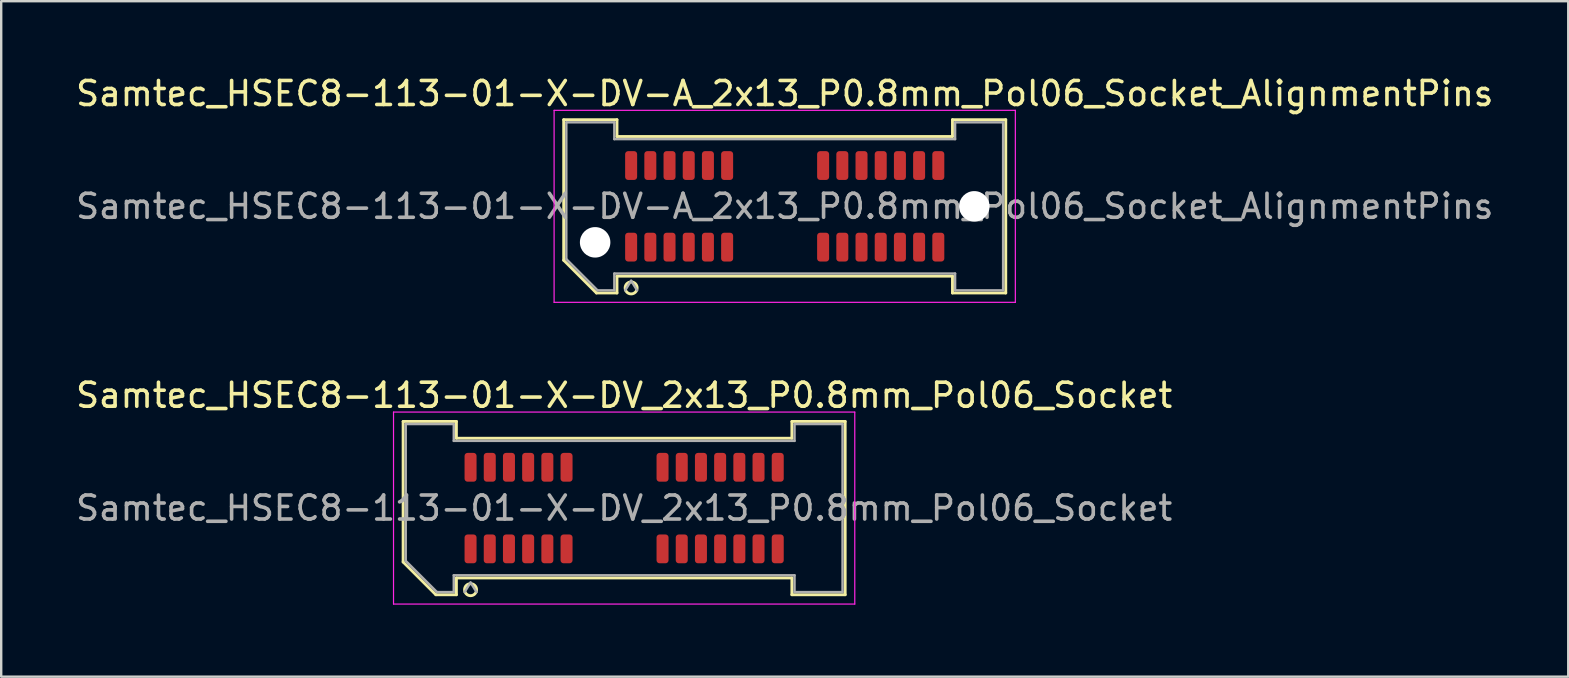
<source format=kicad_pcb>
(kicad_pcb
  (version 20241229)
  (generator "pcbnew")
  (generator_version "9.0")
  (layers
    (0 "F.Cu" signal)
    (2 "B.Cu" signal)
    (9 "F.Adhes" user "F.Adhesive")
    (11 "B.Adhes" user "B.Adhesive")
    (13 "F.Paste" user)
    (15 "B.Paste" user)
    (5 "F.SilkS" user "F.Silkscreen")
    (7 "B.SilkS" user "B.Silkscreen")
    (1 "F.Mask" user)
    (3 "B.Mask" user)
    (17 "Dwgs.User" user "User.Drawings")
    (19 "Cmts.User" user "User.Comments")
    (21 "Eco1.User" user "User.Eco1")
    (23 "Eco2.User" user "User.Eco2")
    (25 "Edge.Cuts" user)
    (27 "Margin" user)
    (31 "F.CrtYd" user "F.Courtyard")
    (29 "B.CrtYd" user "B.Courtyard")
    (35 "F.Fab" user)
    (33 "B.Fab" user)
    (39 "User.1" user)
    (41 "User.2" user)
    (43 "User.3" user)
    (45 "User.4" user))
  (footprint "Samtec_HSEC8-113-01-X-DV-A_2x13_P0.8mm_Pol06_Socket_AlignmentPins"
    (layer "F.Cu")
    (at 29.649 5.548)
    (property "Reference" "Samtec_HSEC8-113-01-X-DV-A_2x13_P0.8mm_Pol06_Socket_AlignmentPins" (at 0 -4.7 0) (layer "F.SilkS") (effects (font (size 1 1) (thickness 0.15))))
    (attr smd)
    (fp_line (start -9.21 -3.61) (end -6.99 -3.61) (stroke (width 0.12) (type solid)) (layer "F.SilkS"))
    (fp_line (start -9.21 2.246) (end -9.21 -3.61) (stroke (width 0.12) (type solid)) (layer "F.SilkS"))
    (fp_line (start -7.846 3.61) (end -9.21 2.246) (stroke (width 0.12) (type solid)) (layer "F.SilkS"))
    (fp_line (start -6.99 -3.61) (end -6.99 -2.91) (stroke (width 0.12) (type solid)) (layer "F.SilkS"))
    (fp_line (start -6.99 -2.91) (end 6.99 -2.91) (stroke (width 0.12) (type solid)) (layer "F.SilkS"))
    (fp_line (start -6.99 2.91) (end -6.99 3.61) (stroke (width 0.12) (type solid)) (layer "F.SilkS"))
    (fp_line (start -6.99 3.61) (end -7.846 3.61) (stroke (width 0.12) (type solid)) (layer "F.SilkS"))
    (fp_line (start 6.99 -3.61) (end 9.21 -3.61) (stroke (width 0.12) (type solid)) (layer "F.SilkS"))
    (fp_line (start 6.99 -2.91) (end 6.99 -3.61) (stroke (width 0.12) (type solid)) (layer "F.SilkS"))
    (fp_line (start 6.99 2.91) (end -6.99 2.91) (stroke (width 0.12) (type solid)) (layer "F.SilkS"))
    (fp_line (start 6.99 3.61) (end 6.99 2.91) (stroke (width 0.12) (type solid)) (layer "F.SilkS"))
    (fp_line (start 9.21 -3.61) (end 9.21 3.61) (stroke (width 0.12) (type solid)) (layer "F.SilkS"))
    (fp_line (start 9.21 3.61) (end 6.99 3.61) (stroke (width 0.12) (type solid)) (layer "F.SilkS"))
    (fp_arc (start -6.15 3.4) (mid -6.65 3.4) (end -6.15 3.4) (stroke (width 0.12) (type solid)) (layer "F.SilkS"))
    (fp_line (start -9.61 -4) (end -9.61 4) (stroke (width 0.05) (type solid)) (layer "F.CrtYd"))
    (fp_line (start -9.61 4) (end 9.61 4) (stroke (width 0.05) (type solid)) (layer "F.CrtYd"))
    (fp_line (start 9.61 -4) (end -9.61 -4) (stroke (width 0.05) (type solid)) (layer "F.CrtYd"))
    (fp_line (start 9.61 4) (end 9.61 -4) (stroke (width 0.05) (type solid)) (layer "F.CrtYd"))
    (fp_line (start -9.1 -3.5) (end -7.1 -3.5) (stroke (width 0.1) (type solid)) (layer "F.Fab"))
    (fp_line (start -9.1 2.2) (end -9.1 -3.5) (stroke (width 0.1) (type solid)) (layer "F.Fab"))
    (fp_line (start -7.8 3.5) (end -9.1 2.2) (stroke (width 0.1) (type solid)) (layer "F.Fab"))
    (fp_line (start -7.1 -3.5) (end -7.1 -2.8) (stroke (width 0.1) (type solid)) (layer "F.Fab"))
    (fp_line (start -7.1 -2.8) (end 7.1 -2.8) (stroke (width 0.1) (type solid)) (layer "F.Fab"))
    (fp_line (start -7.1 2.8) (end -7.1 3.5) (stroke (width 0.1) (type solid)) (layer "F.Fab"))
    (fp_line (start -7.1 3.5) (end -7.8 3.5) (stroke (width 0.1) (type solid)) (layer "F.Fab"))
    (fp_line (start -6.4 3.1) (end -6.65 3.5) (stroke (width 0.1) (type solid)) (layer "F.Fab"))
    (fp_line (start -6.4 3.1) (end -6.15 3.5) (stroke (width 0.1) (type solid)) (layer "F.Fab"))
    (fp_line (start 7.1 -3.5) (end 9.1 -3.5) (stroke (width 0.1) (type solid)) (layer "F.Fab"))
    (fp_line (start 7.1 -2.8) (end 7.1 -3.5) (stroke (width 0.1) (type solid)) (layer "F.Fab"))
    (fp_line (start 7.1 2.8) (end -7.1 2.8) (stroke (width 0.1) (type solid)) (layer "F.Fab"))
    (fp_line (start 7.1 3.5) (end 7.1 2.8) (stroke (width 0.1) (type solid)) (layer "F.Fab"))
    (fp_line (start 9.1 -3.5) (end 9.1 3.5) (stroke (width 0.1) (type solid)) (layer "F.Fab"))
    (fp_line (start 9.1 3.5) (end 7.1 3.5) (stroke (width 0.1) (type solid)) (layer "F.Fab"))
    (fp_text user "${REFERENCE}" (at 0 0 0) (layer "F.Fab") (effects (font (size 1 1) (thickness 0.15))))
    (pad "" np_thru_hole circle (at -7.9 1.5) (size 1.27 1.27) (drill 1.27) (layers "*.Cu" "*.Mask"))
    (pad "" np_thru_hole circle (at 7.9 0) (size 1.27 1.27) (drill 1.27) (layers "*.Cu" "*.Mask"))
    (pad "1" smd roundrect (at -6.4 1.7) (size 0.5 1.2) (layers "F.Cu" "F.Mask" "F.Paste") (roundrect_rratio 0.25))
    (pad "2" smd roundrect (at -6.4 -1.7) (size 0.5 1.2) (layers "F.Cu" "F.Mask" "F.Paste") (roundrect_rratio 0.25))
    (pad "3" smd roundrect (at -5.6 1.7) (size 0.5 1.2) (layers "F.Cu" "F.Mask" "F.Paste") (roundrect_rratio 0.25))
    (pad "4" smd roundrect (at -5.6 -1.7) (size 0.5 1.2) (layers "F.Cu" "F.Mask" "F.Paste") (roundrect_rratio 0.25))
    (pad "5" smd roundrect (at -4.8 1.7) (size 0.5 1.2) (layers "F.Cu" "F.Mask" "F.Paste") (roundrect_rratio 0.25))
    (pad "6" smd roundrect (at -4.8 -1.7) (size 0.5 1.2) (layers "F.Cu" "F.Mask" "F.Paste") (roundrect_rratio 0.25))
    (pad "7" smd roundrect (at -4 1.7) (size 0.5 1.2) (layers "F.Cu" "F.Mask" "F.Paste") (roundrect_rratio 0.25))
    (pad "8" smd roundrect (at -4 -1.7) (size 0.5 1.2) (layers "F.Cu" "F.Mask" "F.Paste") (roundrect_rratio 0.25))
    (pad "9" smd roundrect (at -3.2 1.7) (size 0.5 1.2) (layers "F.Cu" "F.Mask" "F.Paste") (roundrect_rratio 0.25))
    (pad "10" smd roundrect (at -3.2 -1.7) (size 0.5 1.2) (layers "F.Cu" "F.Mask" "F.Paste") (roundrect_rratio 0.25))
    (pad "11" smd roundrect (at -2.4 1.7) (size 0.5 1.2) (layers "F.Cu" "F.Mask" "F.Paste") (roundrect_rratio 0.25))
    (pad "12" smd roundrect (at -2.4 -1.7) (size 0.5 1.2) (layers "F.Cu" "F.Mask" "F.Paste") (roundrect_rratio 0.25))
    (pad "13" smd roundrect (at 1.6 1.7) (size 0.5 1.2) (layers "F.Cu" "F.Mask" "F.Paste") (roundrect_rratio 0.25))
    (pad "14" smd roundrect (at 1.6 -1.7) (size 0.5 1.2) (layers "F.Cu" "F.Mask" "F.Paste") (roundrect_rratio 0.25))
    (pad "15" smd roundrect (at 2.4 1.7) (size 0.5 1.2) (layers "F.Cu" "F.Mask" "F.Paste") (roundrect_rratio 0.25))
    (pad "16" smd roundrect (at 2.4 -1.7) (size 0.5 1.2) (layers "F.Cu" "F.Mask" "F.Paste") (roundrect_rratio 0.25))
    (pad "17" smd roundrect (at 3.2 1.7) (size 0.5 1.2) (layers "F.Cu" "F.Mask" "F.Paste") (roundrect_rratio 0.25))
    (pad "18" smd roundrect (at 3.2 -1.7) (size 0.5 1.2) (layers "F.Cu" "F.Mask" "F.Paste") (roundrect_rratio 0.25))
    (pad "19" smd roundrect (at 4 1.7) (size 0.5 1.2) (layers "F.Cu" "F.Mask" "F.Paste") (roundrect_rratio 0.25))
    (pad "20" smd roundrect (at 4 -1.7) (size 0.5 1.2) (layers "F.Cu" "F.Mask" "F.Paste") (roundrect_rratio 0.25))
    (pad "21" smd roundrect (at 4.8 1.7) (size 0.5 1.2) (layers "F.Cu" "F.Mask" "F.Paste") (roundrect_rratio 0.25))
    (pad "22" smd roundrect (at 4.8 -1.7) (size 0.5 1.2) (layers "F.Cu" "F.Mask" "F.Paste") (roundrect_rratio 0.25))
    (pad "23" smd roundrect (at 5.6 1.7) (size 0.5 1.2) (layers "F.Cu" "F.Mask" "F.Paste") (roundrect_rratio 0.25))
    (pad "24" smd roundrect (at 5.6 -1.7) (size 0.5 1.2) (layers "F.Cu" "F.Mask" "F.Paste") (roundrect_rratio 0.25))
    (pad "25" smd roundrect (at 6.4 1.7) (size 0.5 1.2) (layers "F.Cu" "F.Mask" "F.Paste") (roundrect_rratio 0.25))
    (pad "26" smd roundrect (at 6.4 -1.7) (size 0.5 1.2) (layers "F.Cu" "F.Mask" "F.Paste") (roundrect_rratio 0.25)))
  (footprint "Samtec_HSEC8-113-01-X-DV_2x13_P0.8mm_Pol06_Socket"
    (layer "F.Cu")
    (at 22.958 18.122)
    (property "Reference" "Samtec_HSEC8-113-01-X-DV_2x13_P0.8mm_Pol06_Socket" (at 0 -4.7 0) (layer "F.SilkS") (effects (font (size 1 1) (thickness 0.15))))
    (attr smd)
    (fp_line (start -9.21 -3.61) (end -6.99 -3.61) (stroke (width 0.12) (type solid)) (layer "F.SilkS"))
    (fp_line (start -9.21 2.246) (end -9.21 -3.61) (stroke (width 0.12) (type solid)) (layer "F.SilkS"))
    (fp_line (start -7.846 3.61) (end -9.21 2.246) (stroke (width 0.12) (type solid)) (layer "F.SilkS"))
    (fp_line (start -6.99 -3.61) (end -6.99 -2.91) (stroke (width 0.12) (type solid)) (layer "F.SilkS"))
    (fp_line (start -6.99 -2.91) (end 6.99 -2.91) (stroke (width 0.12) (type solid)) (layer "F.SilkS"))
    (fp_line (start -6.99 2.91) (end -6.99 3.61) (stroke (width 0.12) (type solid)) (layer "F.SilkS"))
    (fp_line (start -6.99 3.61) (end -7.846 3.61) (stroke (width 0.12) (type solid)) (layer "F.SilkS"))
    (fp_line (start 6.99 -3.61) (end 9.21 -3.61) (stroke (width 0.12) (type solid)) (layer "F.SilkS"))
    (fp_line (start 6.99 -2.91) (end 6.99 -3.61) (stroke (width 0.12) (type solid)) (layer "F.SilkS"))
    (fp_line (start 6.99 2.91) (end -6.99 2.91) (stroke (width 0.12) (type solid)) (layer "F.SilkS"))
    (fp_line (start 6.99 3.61) (end 6.99 2.91) (stroke (width 0.12) (type solid)) (layer "F.SilkS"))
    (fp_line (start 9.21 -3.61) (end 9.21 3.61) (stroke (width 0.12) (type solid)) (layer "F.SilkS"))
    (fp_line (start 9.21 3.61) (end 6.99 3.61) (stroke (width 0.12) (type solid)) (layer "F.SilkS"))
    (fp_arc (start -6.15 3.4) (mid -6.65 3.4) (end -6.15 3.4) (stroke (width 0.12) (type solid)) (layer "F.SilkS"))
    (fp_line (start -9.61 -4) (end -9.61 4) (stroke (width 0.05) (type solid)) (layer "F.CrtYd"))
    (fp_line (start -9.61 4) (end 9.61 4) (stroke (width 0.05) (type solid)) (layer "F.CrtYd"))
    (fp_line (start 9.61 -4) (end -9.61 -4) (stroke (width 0.05) (type solid)) (layer "F.CrtYd"))
    (fp_line (start 9.61 4) (end 9.61 -4) (stroke (width 0.05) (type solid)) (layer "F.CrtYd"))
    (fp_line (start -9.1 -3.5) (end -7.1 -3.5) (stroke (width 0.1) (type solid)) (layer "F.Fab"))
    (fp_line (start -9.1 2.2) (end -9.1 -3.5) (stroke (width 0.1) (type solid)) (layer "F.Fab"))
    (fp_line (start -7.8 3.5) (end -9.1 2.2) (stroke (width 0.1) (type solid)) (layer "F.Fab"))
    (fp_line (start -7.1 -3.5) (end -7.1 -2.8) (stroke (width 0.1) (type solid)) (layer "F.Fab"))
    (fp_line (start -7.1 -2.8) (end 7.1 -2.8) (stroke (width 0.1) (type solid)) (layer "F.Fab"))
    (fp_line (start -7.1 2.8) (end -7.1 3.5) (stroke (width 0.1) (type solid)) (layer "F.Fab"))
    (fp_line (start -7.1 3.5) (end -7.8 3.5) (stroke (width 0.1) (type solid)) (layer "F.Fab"))
    (fp_line (start -6.4 3.1) (end -6.65 3.5) (stroke (width 0.1) (type solid)) (layer "F.Fab"))
    (fp_line (start -6.4 3.1) (end -6.15 3.5) (stroke (width 0.1) (type solid)) (layer "F.Fab"))
    (fp_line (start 7.1 -3.5) (end 9.1 -3.5) (stroke (width 0.1) (type solid)) (layer "F.Fab"))
    (fp_line (start 7.1 -2.8) (end 7.1 -3.5) (stroke (width 0.1) (type solid)) (layer "F.Fab"))
    (fp_line (start 7.1 2.8) (end -7.1 2.8) (stroke (width 0.1) (type solid)) (layer "F.Fab"))
    (fp_line (start 7.1 3.5) (end 7.1 2.8) (stroke (width 0.1) (type solid)) (layer "F.Fab"))
    (fp_line (start 9.1 -3.5) (end 9.1 3.5) (stroke (width 0.1) (type solid)) (layer "F.Fab"))
    (fp_line (start 9.1 3.5) (end 7.1 3.5) (stroke (width 0.1) (type solid)) (layer "F.Fab"))
    (fp_text user "${REFERENCE}" (at 0 0 0) (layer "F.Fab") (effects (font (size 1 1) (thickness 0.15))))
    (pad "1" smd roundrect (at -6.4 1.7) (size 0.5 1.2) (layers "F.Cu" "F.Mask" "F.Paste") (roundrect_rratio 0.25))
    (pad "2" smd roundrect (at -6.4 -1.7) (size 0.5 1.2) (layers "F.Cu" "F.Mask" "F.Paste") (roundrect_rratio 0.25))
    (pad "3" smd roundrect (at -5.6 1.7) (size 0.5 1.2) (layers "F.Cu" "F.Mask" "F.Paste") (roundrect_rratio 0.25))
    (pad "4" smd roundrect (at -5.6 -1.7) (size 0.5 1.2) (layers "F.Cu" "F.Mask" "F.Paste") (roundrect_rratio 0.25))
    (pad "5" smd roundrect (at -4.8 1.7) (size 0.5 1.2) (layers "F.Cu" "F.Mask" "F.Paste") (roundrect_rratio 0.25))
    (pad "6" smd roundrect (at -4.8 -1.7) (size 0.5 1.2) (layers "F.Cu" "F.Mask" "F.Paste") (roundrect_rratio 0.25))
    (pad "7" smd roundrect (at -4 1.7) (size 0.5 1.2) (layers "F.Cu" "F.Mask" "F.Paste") (roundrect_rratio 0.25))
    (pad "8" smd roundrect (at -4 -1.7) (size 0.5 1.2) (layers "F.Cu" "F.Mask" "F.Paste") (roundrect_rratio 0.25))
    (pad "9" smd roundrect (at -3.2 1.7) (size 0.5 1.2) (layers "F.Cu" "F.Mask" "F.Paste") (roundrect_rratio 0.25))
    (pad "10" smd roundrect (at -3.2 -1.7) (size 0.5 1.2) (layers "F.Cu" "F.Mask" "F.Paste") (roundrect_rratio 0.25))
    (pad "11" smd roundrect (at -2.4 1.7) (size 0.5 1.2) (layers "F.Cu" "F.Mask" "F.Paste") (roundrect_rratio 0.25))
    (pad "12" smd roundrect (at -2.4 -1.7) (size 0.5 1.2) (layers "F.Cu" "F.Mask" "F.Paste") (roundrect_rratio 0.25))
    (pad "13" smd roundrect (at 1.6 1.7) (size 0.5 1.2) (layers "F.Cu" "F.Mask" "F.Paste") (roundrect_rratio 0.25))
    (pad "14" smd roundrect (at 1.6 -1.7) (size 0.5 1.2) (layers "F.Cu" "F.Mask" "F.Paste") (roundrect_rratio 0.25))
    (pad "15" smd roundrect (at 2.4 1.7) (size 0.5 1.2) (layers "F.Cu" "F.Mask" "F.Paste") (roundrect_rratio 0.25))
    (pad "16" smd roundrect (at 2.4 -1.7) (size 0.5 1.2) (layers "F.Cu" "F.Mask" "F.Paste") (roundrect_rratio 0.25))
    (pad "17" smd roundrect (at 3.2 1.7) (size 0.5 1.2) (layers "F.Cu" "F.Mask" "F.Paste") (roundrect_rratio 0.25))
    (pad "18" smd roundrect (at 3.2 -1.7) (size 0.5 1.2) (layers "F.Cu" "F.Mask" "F.Paste") (roundrect_rratio 0.25))
    (pad "19" smd roundrect (at 4 1.7) (size 0.5 1.2) (layers "F.Cu" "F.Mask" "F.Paste") (roundrect_rratio 0.25))
    (pad "20" smd roundrect (at 4 -1.7) (size 0.5 1.2) (layers "F.Cu" "F.Mask" "F.Paste") (roundrect_rratio 0.25))
    (pad "21" smd roundrect (at 4.8 1.7) (size 0.5 1.2) (layers "F.Cu" "F.Mask" "F.Paste") (roundrect_rratio 0.25))
    (pad "22" smd roundrect (at 4.8 -1.7) (size 0.5 1.2) (layers "F.Cu" "F.Mask" "F.Paste") (roundrect_rratio 0.25))
    (pad "23" smd roundrect (at 5.6 1.7) (size 0.5 1.2) (layers "F.Cu" "F.Mask" "F.Paste") (roundrect_rratio 0.25))
    (pad "24" smd roundrect (at 5.6 -1.7) (size 0.5 1.2) (layers "F.Cu" "F.Mask" "F.Paste") (roundrect_rratio 0.25))
    (pad "25" smd roundrect (at 6.4 1.7) (size 0.5 1.2) (layers "F.Cu" "F.Mask" "F.Paste") (roundrect_rratio 0.25))
    (pad "26" smd roundrect (at 6.4 -1.7) (size 0.5 1.2) (layers "F.Cu" "F.Mask" "F.Paste") (roundrect_rratio 0.25)))
  (gr_rect
    (start -3 -3)
    (end 62.298 25.146)
    (stroke (width 0.1) (type default))
    (fill no)
    (layer "Edge.Cuts")))
</source>
